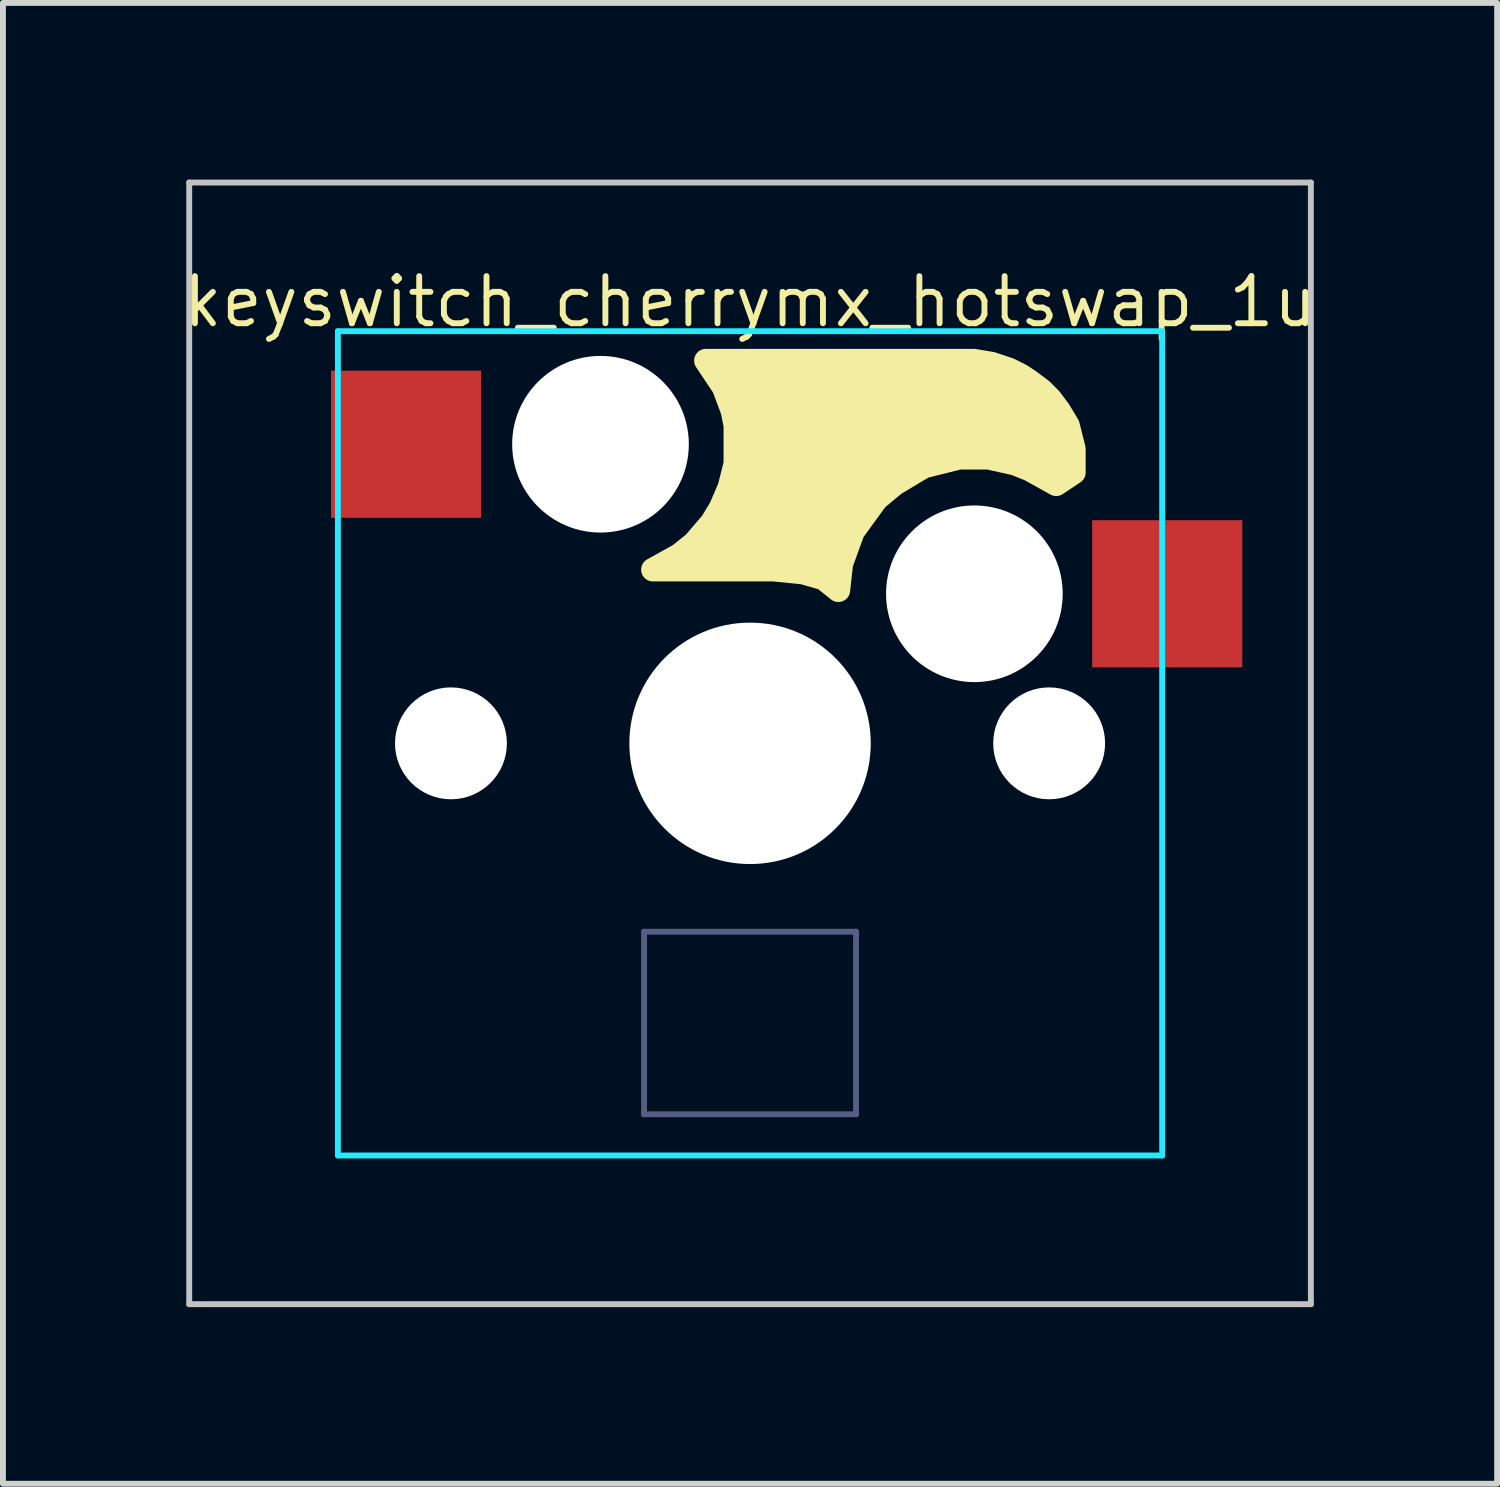
<source format=kicad_pcb>
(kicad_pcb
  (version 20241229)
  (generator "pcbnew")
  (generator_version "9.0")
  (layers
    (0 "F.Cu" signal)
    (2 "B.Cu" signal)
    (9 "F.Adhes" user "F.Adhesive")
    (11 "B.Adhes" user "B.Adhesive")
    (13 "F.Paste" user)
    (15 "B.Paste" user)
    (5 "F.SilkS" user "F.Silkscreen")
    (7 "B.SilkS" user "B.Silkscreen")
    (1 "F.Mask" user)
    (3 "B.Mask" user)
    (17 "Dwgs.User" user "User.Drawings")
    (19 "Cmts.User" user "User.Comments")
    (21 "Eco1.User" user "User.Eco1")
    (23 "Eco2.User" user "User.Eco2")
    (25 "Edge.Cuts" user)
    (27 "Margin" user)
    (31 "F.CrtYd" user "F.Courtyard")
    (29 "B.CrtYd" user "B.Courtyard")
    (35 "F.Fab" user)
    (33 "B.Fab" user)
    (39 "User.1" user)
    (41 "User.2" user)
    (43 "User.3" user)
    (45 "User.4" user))
  (footprint "keyswitch_cherrymx_hotswap_1u"
    (layer "F.Cu")
    (at 9.689 9.575)
    (property "Reference" "keyswitch_cherrymx_hotswap_1u" (at 0 -7.5 0) (layer "F.SilkS") (effects (font (size 0.8 0.8) (thickness 0.1) (bold yes))))
    (attr smd)
    (fp_poly (pts (xy 3.6 -6.5) (xy 3.8 -6.5) (xy 4.1 -6.45) (xy 4.4 -6.35) (xy 4.6 -6.25) (xy 4.75 -6.15) (xy 4.95 -6) (xy 5.1 -5.85) (xy 5.25 -5.65) (xy 5.4 -5.4) (xy 5.5 -5) (xy 5.5 -4.6) (xy 5.35 -4.5) (xy 5.2 -4.4) (xy 4.75 -4.65) (xy 4.5 -4.75) (xy 4.05 -4.85) (xy 3.55 -4.85) (xy 2.95 -4.7) (xy 2.45 -4.4) (xy 2.15 -4.15) (xy 1.75 -3.6) (xy 1.55 -3.05) (xy 1.5 -2.6) (xy 1.25 -2.8) (xy 0.9 -2.9) (xy 0.4 -2.95) (xy -1.65 -2.95) (xy -1.2 -3.2) (xy -0.95 -3.4) (xy -0.65 -3.75) (xy -0.5 -4) (xy -0.35 -4.35) (xy -0.25 -4.75) (xy -0.25 -5.05) (xy -0.25 -5.4) (xy -0.3 -5.65) (xy -0.45 -6.05) (xy -0.75 -6.5)) (stroke (width 0.4) (type solid)) (fill yes) (layer "F.SilkS"))
    (fp_line (start -9.525 -9.525) (end -9.525 9.525) (stroke (width 0.1) (type solid)) (layer "Dwgs.User"))
    (fp_line (start -9.525 9.525) (end 9.525 9.525) (stroke (width 0.1) (type solid)) (layer "Dwgs.User"))
    (fp_line (start 9.525 -9.525) (end -9.525 -9.525) (stroke (width 0.1) (type solid)) (layer "Dwgs.User"))
    (fp_line (start 9.525 9.525) (end 9.525 -9.525) (stroke (width 0.1) (type solid)) (layer "Dwgs.User"))
    (fp_line (start -7 7) (end -7 -7) (stroke (width 0.1) (type default)) (layer "Eco2.User"))
    (fp_line (start 7 -7) (end -7 -7) (stroke (width 0.1) (type default)) (layer "Eco2.User"))
    (fp_line (start 7 -7) (end 7 7) (stroke (width 0.1) (type default)) (layer "Eco2.User"))
    (fp_line (start 7 7) (end -7 7) (stroke (width 0.1) (type default)) (layer "Eco2.User"))
    (fp_line (start -7 7) (end -7 -7) (stroke (width 0.1) (type default)) (layer "B.CrtYd"))
    (fp_line (start 7 -7) (end -7 -7) (stroke (width 0.1) (type default)) (layer "B.CrtYd"))
    (fp_line (start 7 -7) (end 7 7) (stroke (width 0.1) (type default)) (layer "B.CrtYd"))
    (fp_line (start 7 7) (end -7 7) (stroke (width 0.1) (type default)) (layer "B.CrtYd"))
    (fp_line (start -1.8 3.2) (end -1.8 6.3) (stroke (width 0.1) (type default)) (layer "B.Fab"))
    (fp_line (start 1.8 3.2) (end -1.8 3.2) (stroke (width 0.1) (type default)) (layer "B.Fab"))
    (fp_line (start 1.8 3.2) (end 1.8 6.3) (stroke (width 0.1) (type default)) (layer "B.Fab"))
    (fp_line (start 1.8 6.3) (end -1.8 6.3) (stroke (width 0.1) (type default)) (layer "B.Fab"))
    (pad "" np_thru_hole circle (at -5.08 0) (size 1.9 1.9) (drill 1.9) (layers "*.Cu" "*.Mask"))
    (pad "" np_thru_hole circle (at -2.54 -5.08) (size 3 3) (drill 3) (layers "*.Cu" "*.Mask"))
    (pad "" np_thru_hole circle (at 0 0 270) (size 4.1 4.1) (drill 4.1) (layers "*.Cu" "*.Mask"))
    (pad "" np_thru_hole circle (at 3.81 -2.54) (size 3 3) (drill 3) (layers "*.Cu" "*.Mask"))
    (pad "" np_thru_hole circle (at 5.08 0) (size 1.9 1.9) (drill 1.9) (layers "*.Cu" "*.Mask"))
    (pad "1" smd rect (at 7.085 -2.54 180) (size 2.55 2.5) (layers "F.Cu" "F.Mask" "F.Paste"))
    (pad "2" smd rect (at -5.842 -5.08 180) (size 2.55 2.5) (layers "F.Cu" "F.Mask" "F.Paste")))
  (gr_rect
    (start -3 -3)
    (end 22.378 22.15)
    (stroke (width 0.1) (type default))
    (fill no)
    (layer "Edge.Cuts")))
</source>
